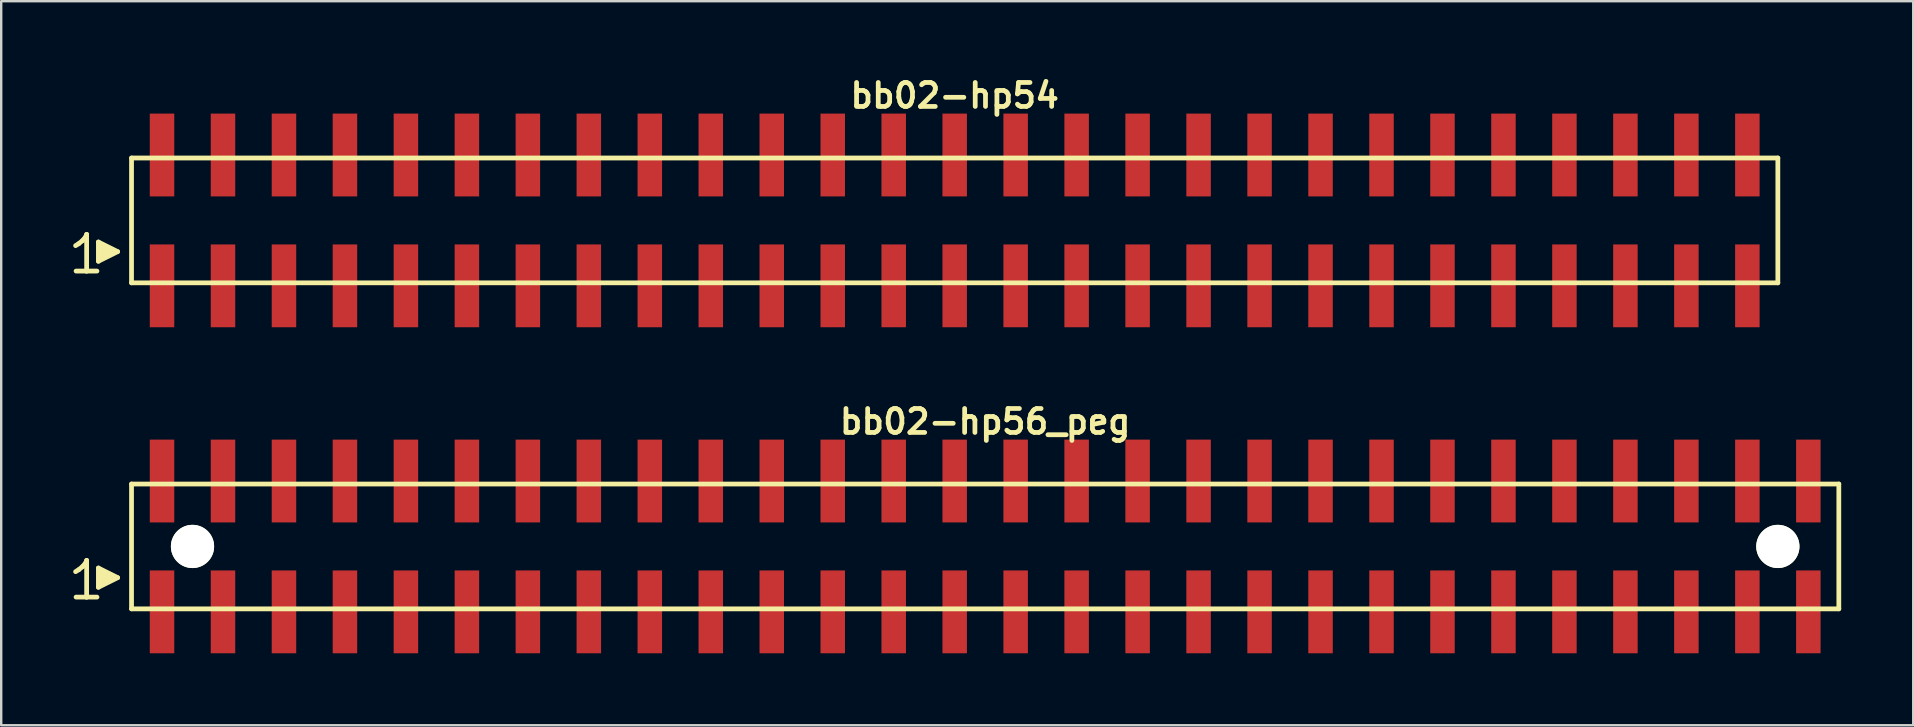
<source format=kicad_pcb>
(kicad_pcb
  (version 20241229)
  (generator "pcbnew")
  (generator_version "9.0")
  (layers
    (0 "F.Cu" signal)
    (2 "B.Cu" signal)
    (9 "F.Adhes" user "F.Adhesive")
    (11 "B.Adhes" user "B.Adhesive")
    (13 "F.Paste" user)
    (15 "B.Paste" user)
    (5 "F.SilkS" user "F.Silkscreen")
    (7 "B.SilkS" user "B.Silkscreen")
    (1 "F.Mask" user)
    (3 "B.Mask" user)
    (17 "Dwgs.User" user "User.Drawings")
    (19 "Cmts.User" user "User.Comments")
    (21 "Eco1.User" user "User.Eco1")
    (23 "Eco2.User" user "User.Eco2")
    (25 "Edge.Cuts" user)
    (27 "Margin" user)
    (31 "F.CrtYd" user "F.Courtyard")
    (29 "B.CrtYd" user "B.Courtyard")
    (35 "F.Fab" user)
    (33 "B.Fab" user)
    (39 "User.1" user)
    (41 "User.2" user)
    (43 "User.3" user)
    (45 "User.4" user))
  (footprint "bb02-hp54"
    (layer "F.Cu")
    (at 36.719 6.132)
    (property "Reference" "bb02-hp54" (at 0 -5.2 0) (layer "F.SilkS") (effects (font (size 0.998 0.998) (thickness 0.198))))
    (attr through_hole)
    (fp_line (start -36.62 1.05) (end -36.49 0.97) (stroke (width 0.198) (type solid)) (layer "F.SilkS"))
    (fp_line (start -36.49 0.97) (end -36.33 0.84) (stroke (width 0.198) (type solid)) (layer "F.SilkS"))
    (fp_line (start -36.33 0.84) (end -36.19 0.67) (stroke (width 0.198) (type solid)) (layer "F.SilkS"))
    (fp_line (start -36.19 0.67) (end -36.16 0.58) (stroke (width 0.198) (type solid)) (layer "F.SilkS"))
    (fp_line (start -36.16 0.58) (end -36.16 2.11) (stroke (width 0.198) (type solid)) (layer "F.SilkS"))
    (fp_line (start -36.16 2.11) (end -36.6 2.11) (stroke (width 0.198) (type solid)) (layer "F.SilkS"))
    (fp_line (start -35.73 2.11) (end -36.17 2.11) (stroke (width 0.198) (type solid)) (layer "F.SilkS"))
    (fp_line (start -35.67 0.9) (end -34.87 1.3) (stroke (width 0.198) (type solid)) (layer "F.SilkS"))
    (fp_line (start -35.67 1.7) (end -35.67 0.9) (stroke (width 0.198) (type solid)) (layer "F.SilkS"))
    (fp_line (start -35.57 1.6) (end -35.57 1) (stroke (width 0.198) (type solid)) (layer "F.SilkS"))
    (fp_line (start -35.47 1.1) (end -35.47 1.5) (stroke (width 0.198) (type solid)) (layer "F.SilkS"))
    (fp_line (start -35.37 1.5) (end -35.37 1.1) (stroke (width 0.198) (type solid)) (layer "F.SilkS"))
    (fp_line (start -35.27 1.2) (end -35.27 1.4) (stroke (width 0.198) (type solid)) (layer "F.SilkS"))
    (fp_line (start -35.17 1.4) (end -35.17 1.2) (stroke (width 0.198) (type solid)) (layer "F.SilkS"))
    (fp_line (start -34.87 1.3) (end -35.67 1.7) (stroke (width 0.198) (type solid)) (layer "F.SilkS"))
    (fp_line (start -34.29 -2.6) (end -34.29 2.6) (stroke (width 0.198) (type solid)) (layer "F.SilkS"))
    (fp_line (start -34.29 -2.6) (end 34.29 -2.6) (stroke (width 0.198) (type solid)) (layer "F.SilkS"))
    (fp_line (start 34.29 2.6) (end -34.29 2.6) (stroke (width 0.198) (type solid)) (layer "F.SilkS"))
    (fp_line (start 34.29 2.6) (end 34.29 -2.6) (stroke (width 0.198) (type solid)) (layer "F.SilkS"))
    (pad "1" smd rect (at -33.02 2.725) (size 1.02 3.45) (layers "F.Cu" "F.Mask" "F.Paste"))
    (pad "2" smd rect (at -33.02 -2.725) (size 1.02 3.45) (layers "F.Cu" "F.Mask" "F.Paste"))
    (pad "3" smd rect (at -30.48 2.725) (size 1.02 3.45) (layers "F.Cu" "F.Mask" "F.Paste"))
    (pad "4" smd rect (at -30.48 -2.725) (size 1.02 3.45) (layers "F.Cu" "F.Mask" "F.Paste"))
    (pad "5" smd rect (at -27.94 2.725) (size 1.02 3.45) (layers "F.Cu" "F.Mask" "F.Paste"))
    (pad "6" smd rect (at -27.94 -2.725) (size 1.02 3.45) (layers "F.Cu" "F.Mask" "F.Paste"))
    (pad "7" smd rect (at -25.4 2.725) (size 1.02 3.45) (layers "F.Cu" "F.Mask" "F.Paste"))
    (pad "8" smd rect (at -25.4 -2.725) (size 1.02 3.45) (layers "F.Cu" "F.Mask" "F.Paste"))
    (pad "9" smd rect (at -22.86 2.725) (size 1.02 3.45) (layers "F.Cu" "F.Mask" "F.Paste"))
    (pad "10" smd rect (at -22.86 -2.725) (size 1.02 3.45) (layers "F.Cu" "F.Mask" "F.Paste"))
    (pad "11" smd rect (at -20.32 2.725) (size 1.02 3.45) (layers "F.Cu" "F.Mask" "F.Paste"))
    (pad "12" smd rect (at -20.32 -2.725) (size 1.02 3.45) (layers "F.Cu" "F.Mask" "F.Paste"))
    (pad "13" smd rect (at -17.78 2.725) (size 1.02 3.45) (layers "F.Cu" "F.Mask" "F.Paste"))
    (pad "14" smd rect (at -17.78 -2.725) (size 1.02 3.45) (layers "F.Cu" "F.Mask" "F.Paste"))
    (pad "15" smd rect (at -15.24 2.725) (size 1.02 3.45) (layers "F.Cu" "F.Mask" "F.Paste"))
    (pad "16" smd rect (at -15.24 -2.725) (size 1.02 3.45) (layers "F.Cu" "F.Mask" "F.Paste"))
    (pad "17" smd rect (at -12.7 2.725) (size 1.02 3.45) (layers "F.Cu" "F.Mask" "F.Paste"))
    (pad "18" smd rect (at -12.7 -2.725) (size 1.02 3.45) (layers "F.Cu" "F.Mask" "F.Paste"))
    (pad "19" smd rect (at -10.16 2.725) (size 1.02 3.45) (layers "F.Cu" "F.Mask" "F.Paste"))
    (pad "20" smd rect (at -10.16 -2.725) (size 1.02 3.45) (layers "F.Cu" "F.Mask" "F.Paste"))
    (pad "21" smd rect (at -7.62 2.725) (size 1.02 3.45) (layers "F.Cu" "F.Mask" "F.Paste"))
    (pad "22" smd rect (at -7.62 -2.725) (size 1.02 3.45) (layers "F.Cu" "F.Mask" "F.Paste"))
    (pad "23" smd rect (at -5.08 2.725) (size 1.02 3.45) (layers "F.Cu" "F.Mask" "F.Paste"))
    (pad "24" smd rect (at -5.08 -2.725) (size 1.02 3.45) (layers "F.Cu" "F.Mask" "F.Paste"))
    (pad "25" smd rect (at -2.54 2.725) (size 1.02 3.45) (layers "F.Cu" "F.Mask" "F.Paste"))
    (pad "26" smd rect (at -2.54 -2.725) (size 1.02 3.45) (layers "F.Cu" "F.Mask" "F.Paste"))
    (pad "27" smd rect (at 0 2.725) (size 1.02 3.45) (layers "F.Cu" "F.Mask" "F.Paste"))
    (pad "28" smd rect (at 0 -2.725) (size 1.02 3.45) (layers "F.Cu" "F.Mask" "F.Paste"))
    (pad "29" smd rect (at 2.54 2.725) (size 1.02 3.45) (layers "F.Cu" "F.Mask" "F.Paste"))
    (pad "30" smd rect (at 2.54 -2.725) (size 1.02 3.45) (layers "F.Cu" "F.Mask" "F.Paste"))
    (pad "31" smd rect (at 5.08 2.725) (size 1.02 3.45) (layers "F.Cu" "F.Mask" "F.Paste"))
    (pad "32" smd rect (at 5.08 -2.725) (size 1.02 3.45) (layers "F.Cu" "F.Mask" "F.Paste"))
    (pad "33" smd rect (at 7.62 2.725) (size 1.02 3.45) (layers "F.Cu" "F.Mask" "F.Paste"))
    (pad "34" smd rect (at 7.62 -2.725) (size 1.02 3.45) (layers "F.Cu" "F.Mask" "F.Paste"))
    (pad "35" smd rect (at 10.16 2.725) (size 1.02 3.45) (layers "F.Cu" "F.Mask" "F.Paste"))
    (pad "36" smd rect (at 10.16 -2.725) (size 1.02 3.45) (layers "F.Cu" "F.Mask" "F.Paste"))
    (pad "37" smd rect (at 12.7 2.725) (size 1.02 3.45) (layers "F.Cu" "F.Mask" "F.Paste"))
    (pad "38" smd rect (at 12.7 -2.725) (size 1.02 3.45) (layers "F.Cu" "F.Mask" "F.Paste"))
    (pad "39" smd rect (at 15.24 2.725) (size 1.02 3.45) (layers "F.Cu" "F.Mask" "F.Paste"))
    (pad "40" smd rect (at 15.24 -2.725) (size 1.02 3.45) (layers "F.Cu" "F.Mask" "F.Paste"))
    (pad "41" smd rect (at 17.78 2.725) (size 1.02 3.45) (layers "F.Cu" "F.Mask" "F.Paste"))
    (pad "42" smd rect (at 17.78 -2.725) (size 1.02 3.45) (layers "F.Cu" "F.Mask" "F.Paste"))
    (pad "43" smd rect (at 20.32 2.725) (size 1.02 3.45) (layers "F.Cu" "F.Mask" "F.Paste"))
    (pad "44" smd rect (at 20.32 -2.725) (size 1.02 3.45) (layers "F.Cu" "F.Mask" "F.Paste"))
    (pad "45" smd rect (at 22.86 2.725) (size 1.02 3.45) (layers "F.Cu" "F.Mask" "F.Paste"))
    (pad "46" smd rect (at 22.86 -2.725) (size 1.02 3.45) (layers "F.Cu" "F.Mask" "F.Paste"))
    (pad "47" smd rect (at 25.4 2.725) (size 1.02 3.45) (layers "F.Cu" "F.Mask" "F.Paste"))
    (pad "48" smd rect (at 25.4 -2.725) (size 1.02 3.45) (layers "F.Cu" "F.Mask" "F.Paste"))
    (pad "49" smd rect (at 27.94 2.725) (size 1.02 3.45) (layers "F.Cu" "F.Mask" "F.Paste"))
    (pad "50" smd rect (at 27.94 -2.725) (size 1.02 3.45) (layers "F.Cu" "F.Mask" "F.Paste"))
    (pad "51" smd rect (at 30.48 2.725) (size 1.02 3.45) (layers "F.Cu" "F.Mask" "F.Paste"))
    (pad "52" smd rect (at 30.48 -2.725) (size 1.02 3.45) (layers "F.Cu" "F.Mask" "F.Paste"))
    (pad "53" smd rect (at 33.02 2.725) (size 1.02 3.45) (layers "F.Cu" "F.Mask" "F.Paste"))
    (pad "54" smd rect (at 33.02 -2.725) (size 1.02 3.45) (layers "F.Cu" "F.Mask" "F.Paste")))
  (footprint "bb02-hp56_peg"
    (layer "F.Cu")
    (at 37.989 19.713)
    (property "Reference" "bb02-hp56_peg" (at 0 -5.2 0) (layer "F.SilkS") (effects (font (size 0.998 0.998) (thickness 0.198))))
    (attr through_hole)
    (fp_line (start -37.89 1.05) (end -37.76 0.97) (stroke (width 0.198) (type solid)) (layer "F.SilkS"))
    (fp_line (start -37.76 0.97) (end -37.6 0.84) (stroke (width 0.198) (type solid)) (layer "F.SilkS"))
    (fp_line (start -37.6 0.84) (end -37.46 0.67) (stroke (width 0.198) (type solid)) (layer "F.SilkS"))
    (fp_line (start -37.46 0.67) (end -37.43 0.58) (stroke (width 0.198) (type solid)) (layer "F.SilkS"))
    (fp_line (start -37.43 0.58) (end -37.43 2.11) (stroke (width 0.198) (type solid)) (layer "F.SilkS"))
    (fp_line (start -37.43 2.11) (end -37.87 2.11) (stroke (width 0.198) (type solid)) (layer "F.SilkS"))
    (fp_line (start -37 2.11) (end -37.44 2.11) (stroke (width 0.198) (type solid)) (layer "F.SilkS"))
    (fp_line (start -36.94 0.9) (end -36.14 1.3) (stroke (width 0.198) (type solid)) (layer "F.SilkS"))
    (fp_line (start -36.94 1.7) (end -36.94 0.9) (stroke (width 0.198) (type solid)) (layer "F.SilkS"))
    (fp_line (start -36.84 1.6) (end -36.84 1) (stroke (width 0.198) (type solid)) (layer "F.SilkS"))
    (fp_line (start -36.74 1.1) (end -36.74 1.5) (stroke (width 0.198) (type solid)) (layer "F.SilkS"))
    (fp_line (start -36.64 1.5) (end -36.64 1.1) (stroke (width 0.198) (type solid)) (layer "F.SilkS"))
    (fp_line (start -36.54 1.2) (end -36.54 1.4) (stroke (width 0.198) (type solid)) (layer "F.SilkS"))
    (fp_line (start -36.44 1.4) (end -36.44 1.2) (stroke (width 0.198) (type solid)) (layer "F.SilkS"))
    (fp_line (start -36.14 1.3) (end -36.94 1.7) (stroke (width 0.198) (type solid)) (layer "F.SilkS"))
    (fp_line (start -35.56 -2.6) (end -35.56 2.6) (stroke (width 0.198) (type solid)) (layer "F.SilkS"))
    (fp_line (start -35.56 -2.6) (end 35.56 -2.6) (stroke (width 0.198) (type solid)) (layer "F.SilkS"))
    (fp_line (start 35.56 2.6) (end -35.56 2.6) (stroke (width 0.198) (type solid)) (layer "F.SilkS"))
    (fp_line (start 35.56 2.6) (end 35.56 -2.6) (stroke (width 0.198) (type solid)) (layer "F.SilkS"))
    (pad "" np_thru_hole circle (at -33.02 0) (size 1.8 1.8) (drill 1.8) (layers "*.Cu" "*.Mask" "F.SilkS"))
    (pad "" np_thru_hole circle (at 33.02 0) (size 1.8 1.8) (drill 1.8) (layers "*.Cu" "*.Mask" "F.SilkS"))
    (pad "1" smd rect (at -34.29 2.725) (size 1.02 3.45) (layers "F.Cu" "F.Mask" "F.Paste"))
    (pad "2" smd rect (at -34.29 -2.725) (size 1.02 3.45) (layers "F.Cu" "F.Mask" "F.Paste"))
    (pad "3" smd rect (at -31.75 2.725) (size 1.02 3.45) (layers "F.Cu" "F.Mask" "F.Paste"))
    (pad "4" smd rect (at -31.75 -2.725) (size 1.02 3.45) (layers "F.Cu" "F.Mask" "F.Paste"))
    (pad "5" smd rect (at -29.21 2.725) (size 1.02 3.45) (layers "F.Cu" "F.Mask" "F.Paste"))
    (pad "6" smd rect (at -29.21 -2.725) (size 1.02 3.45) (layers "F.Cu" "F.Mask" "F.Paste"))
    (pad "7" smd rect (at -26.67 2.725) (size 1.02 3.45) (layers "F.Cu" "F.Mask" "F.Paste"))
    (pad "8" smd rect (at -26.67 -2.725) (size 1.02 3.45) (layers "F.Cu" "F.Mask" "F.Paste"))
    (pad "9" smd rect (at -24.13 2.725) (size 1.02 3.45) (layers "F.Cu" "F.Mask" "F.Paste"))
    (pad "10" smd rect (at -24.13 -2.725) (size 1.02 3.45) (layers "F.Cu" "F.Mask" "F.Paste"))
    (pad "11" smd rect (at -21.59 2.725) (size 1.02 3.45) (layers "F.Cu" "F.Mask" "F.Paste"))
    (pad "12" smd rect (at -21.59 -2.725) (size 1.02 3.45) (layers "F.Cu" "F.Mask" "F.Paste"))
    (pad "13" smd rect (at -19.05 2.725) (size 1.02 3.45) (layers "F.Cu" "F.Mask" "F.Paste"))
    (pad "14" smd rect (at -19.05 -2.725) (size 1.02 3.45) (layers "F.Cu" "F.Mask" "F.Paste"))
    (pad "15" smd rect (at -16.51 2.725) (size 1.02 3.45) (layers "F.Cu" "F.Mask" "F.Paste"))
    (pad "16" smd rect (at -16.51 -2.725) (size 1.02 3.45) (layers "F.Cu" "F.Mask" "F.Paste"))
    (pad "17" smd rect (at -13.97 2.725) (size 1.02 3.45) (layers "F.Cu" "F.Mask" "F.Paste"))
    (pad "18" smd rect (at -13.97 -2.725) (size 1.02 3.45) (layers "F.Cu" "F.Mask" "F.Paste"))
    (pad "19" smd rect (at -11.43 2.725) (size 1.02 3.45) (layers "F.Cu" "F.Mask" "F.Paste"))
    (pad "20" smd rect (at -11.43 -2.725) (size 1.02 3.45) (layers "F.Cu" "F.Mask" "F.Paste"))
    (pad "21" smd rect (at -8.89 2.725) (size 1.02 3.45) (layers "F.Cu" "F.Mask" "F.Paste"))
    (pad "22" smd rect (at -8.89 -2.725) (size 1.02 3.45) (layers "F.Cu" "F.Mask" "F.Paste"))
    (pad "23" smd rect (at -6.35 2.725) (size 1.02 3.45) (layers "F.Cu" "F.Mask" "F.Paste"))
    (pad "24" smd rect (at -6.35 -2.725) (size 1.02 3.45) (layers "F.Cu" "F.Mask" "F.Paste"))
    (pad "25" smd rect (at -3.81 2.725) (size 1.02 3.45) (layers "F.Cu" "F.Mask" "F.Paste"))
    (pad "26" smd rect (at -3.81 -2.725) (size 1.02 3.45) (layers "F.Cu" "F.Mask" "F.Paste"))
    (pad "27" smd rect (at -1.27 2.725) (size 1.02 3.45) (layers "F.Cu" "F.Mask" "F.Paste"))
    (pad "28" smd rect (at -1.27 -2.725) (size 1.02 3.45) (layers "F.Cu" "F.Mask" "F.Paste"))
    (pad "29" smd rect (at 1.27 2.725) (size 1.02 3.45) (layers "F.Cu" "F.Mask" "F.Paste"))
    (pad "30" smd rect (at 1.27 -2.725) (size 1.02 3.45) (layers "F.Cu" "F.Mask" "F.Paste"))
    (pad "31" smd rect (at 3.81 2.725) (size 1.02 3.45) (layers "F.Cu" "F.Mask" "F.Paste"))
    (pad "32" smd rect (at 3.81 -2.725) (size 1.02 3.45) (layers "F.Cu" "F.Mask" "F.Paste"))
    (pad "33" smd rect (at 6.35 2.725) (size 1.02 3.45) (layers "F.Cu" "F.Mask" "F.Paste"))
    (pad "34" smd rect (at 6.35 -2.725) (size 1.02 3.45) (layers "F.Cu" "F.Mask" "F.Paste"))
    (pad "35" smd rect (at 8.89 2.725) (size 1.02 3.45) (layers "F.Cu" "F.Mask" "F.Paste"))
    (pad "36" smd rect (at 8.89 -2.725) (size 1.02 3.45) (layers "F.Cu" "F.Mask" "F.Paste"))
    (pad "37" smd rect (at 11.43 2.725) (size 1.02 3.45) (layers "F.Cu" "F.Mask" "F.Paste"))
    (pad "38" smd rect (at 11.43 -2.725) (size 1.02 3.45) (layers "F.Cu" "F.Mask" "F.Paste"))
    (pad "39" smd rect (at 13.97 2.725) (size 1.02 3.45) (layers "F.Cu" "F.Mask" "F.Paste"))
    (pad "40" smd rect (at 13.97 -2.725) (size 1.02 3.45) (layers "F.Cu" "F.Mask" "F.Paste"))
    (pad "41" smd rect (at 16.51 2.725) (size 1.02 3.45) (layers "F.Cu" "F.Mask" "F.Paste"))
    (pad "42" smd rect (at 16.51 -2.725) (size 1.02 3.45) (layers "F.Cu" "F.Mask" "F.Paste"))
    (pad "43" smd rect (at 19.05 2.725) (size 1.02 3.45) (layers "F.Cu" "F.Mask" "F.Paste"))
    (pad "44" smd rect (at 19.05 -2.725) (size 1.02 3.45) (layers "F.Cu" "F.Mask" "F.Paste"))
    (pad "45" smd rect (at 21.59 2.725) (size 1.02 3.45) (layers "F.Cu" "F.Mask" "F.Paste"))
    (pad "46" smd rect (at 21.59 -2.725) (size 1.02 3.45) (layers "F.Cu" "F.Mask" "F.Paste"))
    (pad "47" smd rect (at 24.13 2.725) (size 1.02 3.45) (layers "F.Cu" "F.Mask" "F.Paste"))
    (pad "48" smd rect (at 24.13 -2.725) (size 1.02 3.45) (layers "F.Cu" "F.Mask" "F.Paste"))
    (pad "49" smd rect (at 26.67 2.725) (size 1.02 3.45) (layers "F.Cu" "F.Mask" "F.Paste"))
    (pad "50" smd rect (at 26.67 -2.725) (size 1.02 3.45) (layers "F.Cu" "F.Mask" "F.Paste"))
    (pad "51" smd rect (at 29.21 2.725) (size 1.02 3.45) (layers "F.Cu" "F.Mask" "F.Paste"))
    (pad "52" smd rect (at 29.21 -2.725) (size 1.02 3.45) (layers "F.Cu" "F.Mask" "F.Paste"))
    (pad "53" smd rect (at 31.75 2.725) (size 1.02 3.45) (layers "F.Cu" "F.Mask" "F.Paste"))
    (pad "54" smd rect (at 31.75 -2.725) (size 1.02 3.45) (layers "F.Cu" "F.Mask" "F.Paste"))
    (pad "55" smd rect (at 34.29 2.725) (size 1.02 3.45) (layers "F.Cu" "F.Mask" "F.Paste"))
    (pad "56" smd rect (at 34.29 -2.725) (size 1.02 3.45) (layers "F.Cu" "F.Mask" "F.Paste")))
  (gr_rect
    (start -3 -3)
    (end 76.648 27.163)
    (stroke (width 0.1) (type default))
    (fill no)
    (layer "Edge.Cuts")))
</source>
